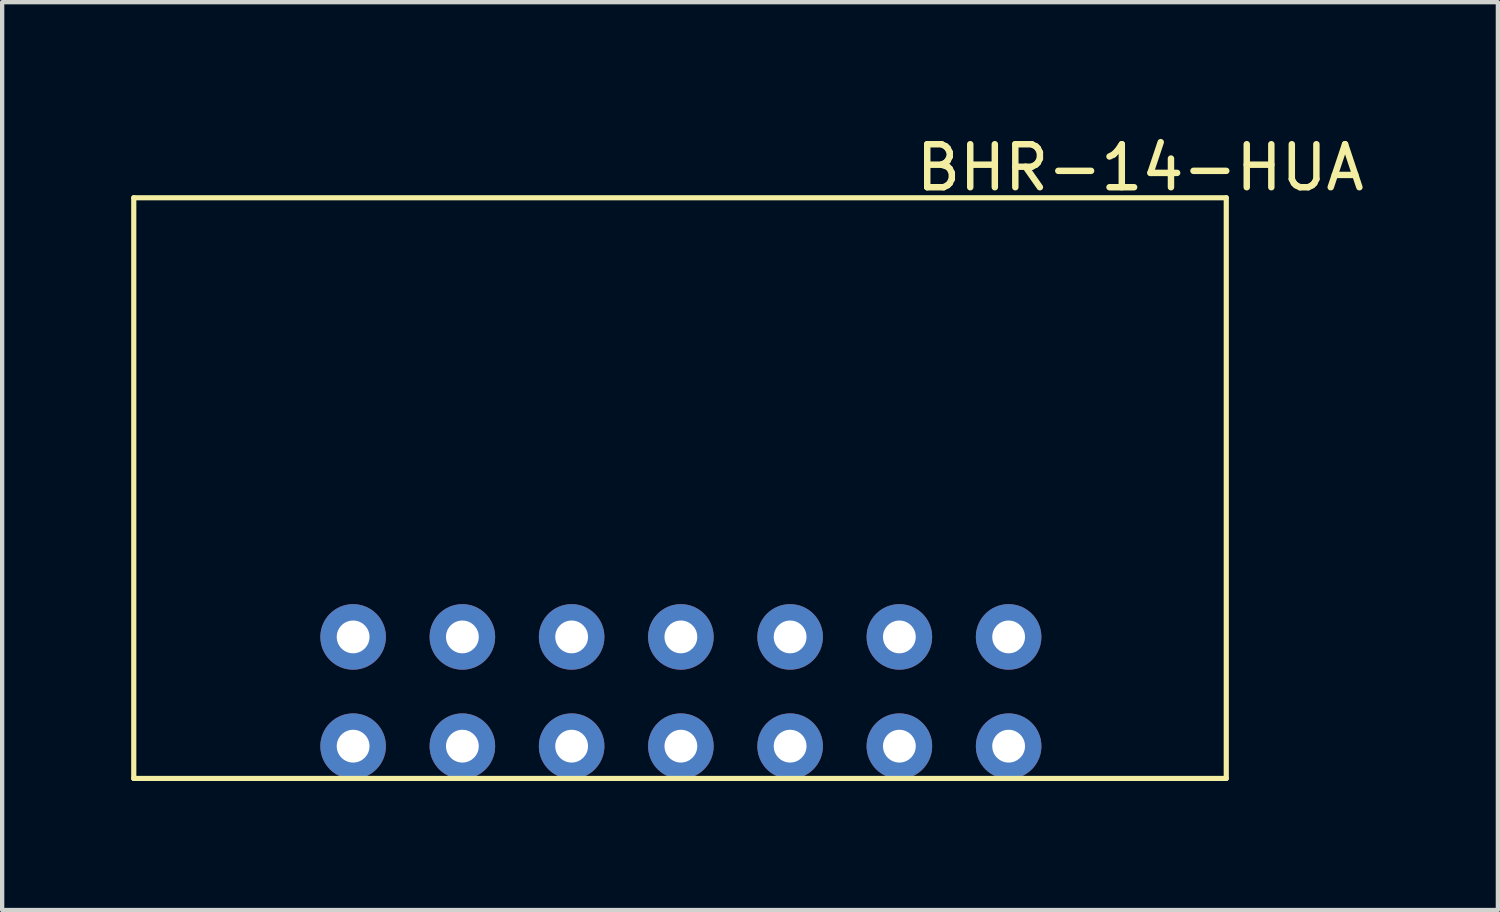
<source format=kicad_pcb>
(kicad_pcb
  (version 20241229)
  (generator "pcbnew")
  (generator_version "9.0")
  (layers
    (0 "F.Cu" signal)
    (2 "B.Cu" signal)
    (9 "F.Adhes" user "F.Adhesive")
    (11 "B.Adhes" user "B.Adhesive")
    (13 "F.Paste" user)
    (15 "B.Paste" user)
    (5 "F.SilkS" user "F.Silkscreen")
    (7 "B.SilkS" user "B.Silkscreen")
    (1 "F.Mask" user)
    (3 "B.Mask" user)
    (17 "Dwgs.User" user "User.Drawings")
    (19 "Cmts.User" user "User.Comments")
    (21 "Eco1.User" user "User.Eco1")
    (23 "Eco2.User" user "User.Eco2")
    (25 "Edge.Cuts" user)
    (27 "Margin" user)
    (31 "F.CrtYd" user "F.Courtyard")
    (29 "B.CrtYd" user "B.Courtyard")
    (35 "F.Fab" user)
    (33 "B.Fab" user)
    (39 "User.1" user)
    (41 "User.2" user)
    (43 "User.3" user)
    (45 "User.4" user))
  (footprint "BHR-14-HUA"
    (layer "F.Cu")
    (at 12.76 9.448)
    (property "Reference" "BHR-14-HUA" (at 10.7 -8.6 0) (layer "F.SilkS") (effects (font (size 1 1) (thickness 0.15))))
    (attr through_hole)
    (fp_line (start -12.7 -7.9) (end -12.7 5.6) (stroke (width 0.12) (type solid)) (layer "F.SilkS"))
    (fp_line (start -12.7 5.6) (end 0 5.6) (stroke (width 0.12) (type solid)) (layer "F.SilkS"))
    (fp_line (start 0 5.6) (end 12.7 5.6) (stroke (width 0.12) (type solid)) (layer "F.SilkS"))
    (fp_line (start 12.7 -7.9) (end -12.7 -7.9) (stroke (width 0.12) (type solid)) (layer "F.SilkS"))
    (fp_line (start 12.7 5.6) (end 12.7 -7.9) (stroke (width 0.12) (type solid)) (layer "F.SilkS"))
    (pad "1" thru_hole circle (at 7.64 2.31 180) (size 1.524 1.524) (drill 0.762) (layers "*.Cu" "*.Mask"))
    (pad "2" thru_hole circle (at 7.64 4.85 180) (size 1.524 1.524) (drill 0.762) (layers "*.Cu" "*.Mask"))
    (pad "3" thru_hole circle (at 5.1 2.31 180) (size 1.524 1.524) (drill 0.762) (layers "*.Cu" "*.Mask"))
    (pad "4" thru_hole circle (at 5.1 4.85 180) (size 1.524 1.524) (drill 0.762) (layers "*.Cu" "*.Mask"))
    (pad "5" thru_hole circle (at 2.56 2.31 180) (size 1.524 1.524) (drill 0.762) (layers "*.Cu" "*.Mask"))
    (pad "6" thru_hole circle (at 2.56 4.85 180) (size 1.524 1.524) (drill 0.762) (layers "*.Cu" "*.Mask"))
    (pad "7" thru_hole circle (at 0.02 2.31 180) (size 1.524 1.524) (drill 0.762) (layers "*.Cu" "*.Mask"))
    (pad "8" thru_hole circle (at 0.02 4.85 180) (size 1.524 1.524) (drill 0.762) (layers "*.Cu" "*.Mask"))
    (pad "9" thru_hole circle (at -2.52 2.31 180) (size 1.524 1.524) (drill 0.762) (layers "*.Cu" "*.Mask"))
    (pad "10" thru_hole circle (at -2.52 4.85 180) (size 1.524 1.524) (drill 0.762) (layers "*.Cu" "*.Mask"))
    (pad "11" thru_hole circle (at -5.06 2.31 180) (size 1.524 1.524) (drill 0.762) (layers "*.Cu" "*.Mask"))
    (pad "12" thru_hole circle (at -5.06 4.85 180) (size 1.524 1.524) (drill 0.762) (layers "*.Cu" "*.Mask"))
    (pad "13" thru_hole circle (at -7.6 2.31 180) (size 1.524 1.524) (drill 0.762) (layers "*.Cu" "*.Mask"))
    (pad "14" thru_hole circle (at -7.6 4.85 180) (size 1.524 1.524) (drill 0.762) (layers "*.Cu" "*.Mask")))
  (gr_rect
    (start -3 -3)
    (end 31.775 18.108)
    (stroke (width 0.1) (type default))
    (fill no)
    (layer "Edge.Cuts")))
</source>
